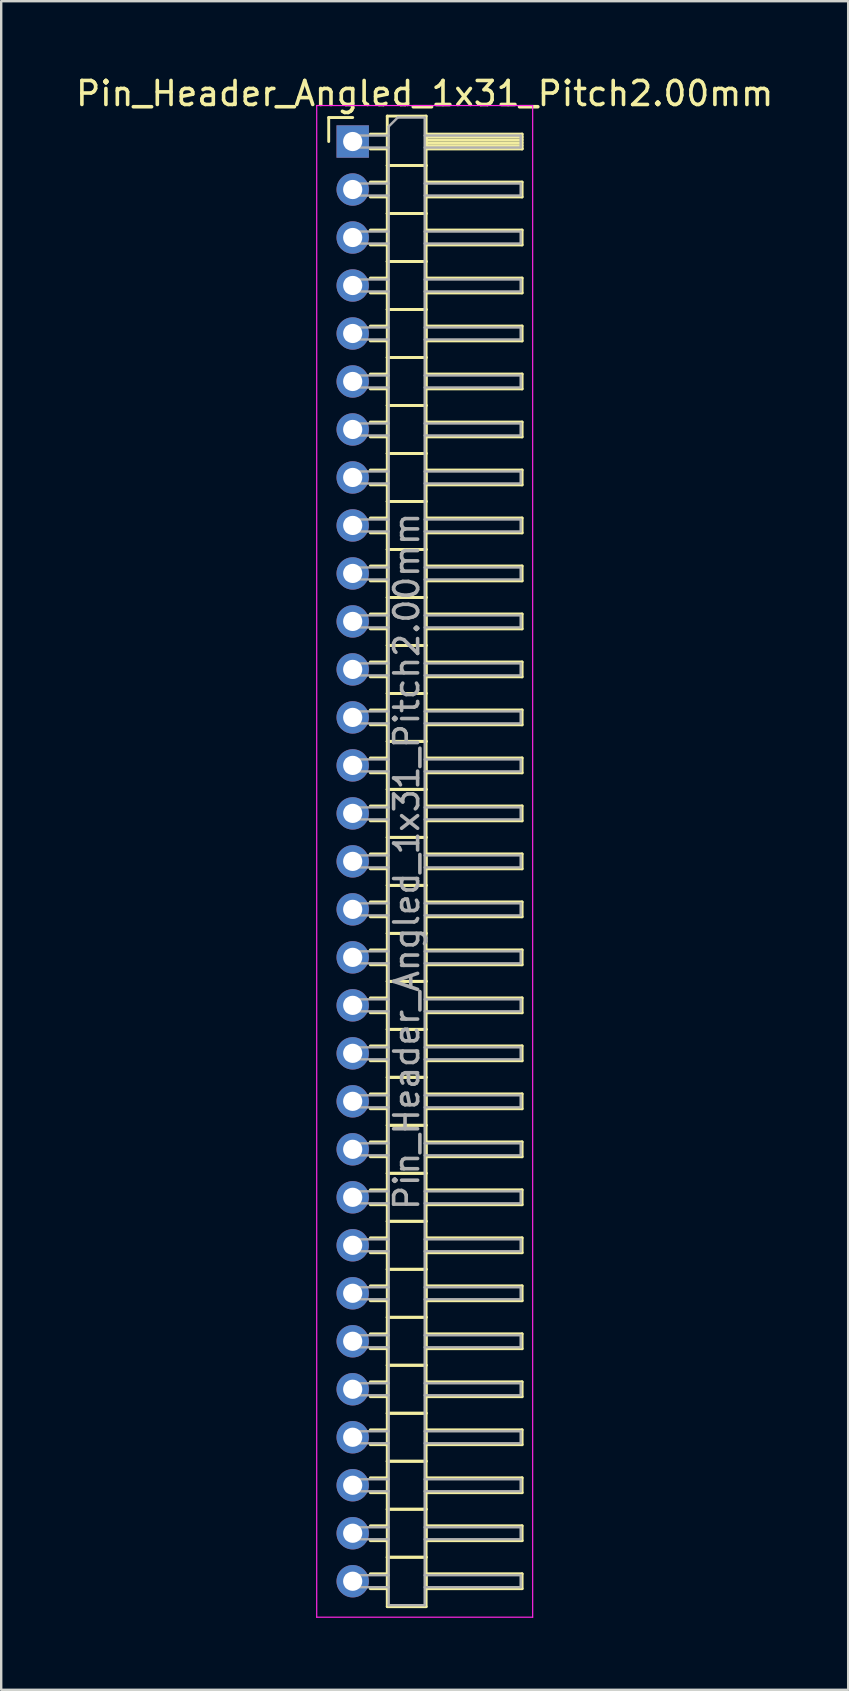
<source format=kicad_pcb>
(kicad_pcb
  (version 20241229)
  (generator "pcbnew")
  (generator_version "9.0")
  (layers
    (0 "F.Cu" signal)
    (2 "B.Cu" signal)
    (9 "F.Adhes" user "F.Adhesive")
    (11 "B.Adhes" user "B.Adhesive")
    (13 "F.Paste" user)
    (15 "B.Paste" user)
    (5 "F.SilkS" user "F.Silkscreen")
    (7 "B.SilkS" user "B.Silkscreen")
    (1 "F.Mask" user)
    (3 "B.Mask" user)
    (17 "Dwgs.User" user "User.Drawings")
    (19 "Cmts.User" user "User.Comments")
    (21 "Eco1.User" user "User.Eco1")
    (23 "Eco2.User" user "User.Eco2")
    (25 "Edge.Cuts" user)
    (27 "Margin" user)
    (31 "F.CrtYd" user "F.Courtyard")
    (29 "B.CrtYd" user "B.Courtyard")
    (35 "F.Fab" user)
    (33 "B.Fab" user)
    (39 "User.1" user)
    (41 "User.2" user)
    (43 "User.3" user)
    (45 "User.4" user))
  (footprint "Pin_Header_Angled_1x31_Pitch2.00mm"
    (layer "F.Cu")
    (at 11.649 2.848)
    (property "Reference" "Pin_Header_Angled_1x31_Pitch2.00mm" (at 3 -2 0) (layer "F.SilkS") (effects (font (size 1 1) (thickness 0.15))))
    (attr through_hole)
    (fp_line (start -1 -1) (end 0 -1) (stroke (width 0.12) (type solid)) (layer "F.SilkS"))
    (fp_line (start -1 0) (end -1 -1) (stroke (width 0.12) (type solid)) (layer "F.SilkS"))
    (fp_line (start 0.735 -0.31) (end 1.44 -0.31) (stroke (width 0.12) (type solid)) (layer "F.SilkS"))
    (fp_line (start 0.735 0.31) (end 1.44 0.31) (stroke (width 0.12) (type solid)) (layer "F.SilkS"))
    (fp_line (start 0.735 1.69) (end 1.44 1.69) (stroke (width 0.12) (type solid)) (layer "F.SilkS"))
    (fp_line (start 0.735 2.31) (end 1.44 2.31) (stroke (width 0.12) (type solid)) (layer "F.SilkS"))
    (fp_line (start 0.735 3.69) (end 1.44 3.69) (stroke (width 0.12) (type solid)) (layer "F.SilkS"))
    (fp_line (start 0.735 4.31) (end 1.44 4.31) (stroke (width 0.12) (type solid)) (layer "F.SilkS"))
    (fp_line (start 0.735 5.69) (end 1.44 5.69) (stroke (width 0.12) (type solid)) (layer "F.SilkS"))
    (fp_line (start 0.735 6.31) (end 1.44 6.31) (stroke (width 0.12) (type solid)) (layer "F.SilkS"))
    (fp_line (start 0.735 7.69) (end 1.44 7.69) (stroke (width 0.12) (type solid)) (layer "F.SilkS"))
    (fp_line (start 0.735 8.31) (end 1.44 8.31) (stroke (width 0.12) (type solid)) (layer "F.SilkS"))
    (fp_line (start 0.735 9.69) (end 1.44 9.69) (stroke (width 0.12) (type solid)) (layer "F.SilkS"))
    (fp_line (start 0.735 10.31) (end 1.44 10.31) (stroke (width 0.12) (type solid)) (layer "F.SilkS"))
    (fp_line (start 0.735 11.69) (end 1.44 11.69) (stroke (width 0.12) (type solid)) (layer "F.SilkS"))
    (fp_line (start 0.735 12.31) (end 1.44 12.31) (stroke (width 0.12) (type solid)) (layer "F.SilkS"))
    (fp_line (start 0.735 13.69) (end 1.44 13.69) (stroke (width 0.12) (type solid)) (layer "F.SilkS"))
    (fp_line (start 0.735 14.31) (end 1.44 14.31) (stroke (width 0.12) (type solid)) (layer "F.SilkS"))
    (fp_line (start 0.735 15.69) (end 1.44 15.69) (stroke (width 0.12) (type solid)) (layer "F.SilkS"))
    (fp_line (start 0.735 16.31) (end 1.44 16.31) (stroke (width 0.12) (type solid)) (layer "F.SilkS"))
    (fp_line (start 0.735 17.69) (end 1.44 17.69) (stroke (width 0.12) (type solid)) (layer "F.SilkS"))
    (fp_line (start 0.735 18.31) (end 1.44 18.31) (stroke (width 0.12) (type solid)) (layer "F.SilkS"))
    (fp_line (start 0.735 19.69) (end 1.44 19.69) (stroke (width 0.12) (type solid)) (layer "F.SilkS"))
    (fp_line (start 0.735 20.31) (end 1.44 20.31) (stroke (width 0.12) (type solid)) (layer "F.SilkS"))
    (fp_line (start 0.735 21.69) (end 1.44 21.69) (stroke (width 0.12) (type solid)) (layer "F.SilkS"))
    (fp_line (start 0.735 22.31) (end 1.44 22.31) (stroke (width 0.12) (type solid)) (layer "F.SilkS"))
    (fp_line (start 0.735 23.69) (end 1.44 23.69) (stroke (width 0.12) (type solid)) (layer "F.SilkS"))
    (fp_line (start 0.735 24.31) (end 1.44 24.31) (stroke (width 0.12) (type solid)) (layer "F.SilkS"))
    (fp_line (start 0.735 25.69) (end 1.44 25.69) (stroke (width 0.12) (type solid)) (layer "F.SilkS"))
    (fp_line (start 0.735 26.31) (end 1.44 26.31) (stroke (width 0.12) (type solid)) (layer "F.SilkS"))
    (fp_line (start 0.735 27.69) (end 1.44 27.69) (stroke (width 0.12) (type solid)) (layer "F.SilkS"))
    (fp_line (start 0.735 28.31) (end 1.44 28.31) (stroke (width 0.12) (type solid)) (layer "F.SilkS"))
    (fp_line (start 0.735 29.69) (end 1.44 29.69) (stroke (width 0.12) (type solid)) (layer "F.SilkS"))
    (fp_line (start 0.735 30.31) (end 1.44 30.31) (stroke (width 0.12) (type solid)) (layer "F.SilkS"))
    (fp_line (start 0.735 31.69) (end 1.44 31.69) (stroke (width 0.12) (type solid)) (layer "F.SilkS"))
    (fp_line (start 0.735 32.31) (end 1.44 32.31) (stroke (width 0.12) (type solid)) (layer "F.SilkS"))
    (fp_line (start 0.735 33.69) (end 1.44 33.69) (stroke (width 0.12) (type solid)) (layer "F.SilkS"))
    (fp_line (start 0.735 34.31) (end 1.44 34.31) (stroke (width 0.12) (type solid)) (layer "F.SilkS"))
    (fp_line (start 0.735 35.69) (end 1.44 35.69) (stroke (width 0.12) (type solid)) (layer "F.SilkS"))
    (fp_line (start 0.735 36.31) (end 1.44 36.31) (stroke (width 0.12) (type solid)) (layer "F.SilkS"))
    (fp_line (start 0.735 37.69) (end 1.44 37.69) (stroke (width 0.12) (type solid)) (layer "F.SilkS"))
    (fp_line (start 0.735 38.31) (end 1.44 38.31) (stroke (width 0.12) (type solid)) (layer "F.SilkS"))
    (fp_line (start 0.735 39.69) (end 1.44 39.69) (stroke (width 0.12) (type solid)) (layer "F.SilkS"))
    (fp_line (start 0.735 40.31) (end 1.44 40.31) (stroke (width 0.12) (type solid)) (layer "F.SilkS"))
    (fp_line (start 0.735 41.69) (end 1.44 41.69) (stroke (width 0.12) (type solid)) (layer "F.SilkS"))
    (fp_line (start 0.735 42.31) (end 1.44 42.31) (stroke (width 0.12) (type solid)) (layer "F.SilkS"))
    (fp_line (start 0.735 43.69) (end 1.44 43.69) (stroke (width 0.12) (type solid)) (layer "F.SilkS"))
    (fp_line (start 0.735 44.31) (end 1.44 44.31) (stroke (width 0.12) (type solid)) (layer "F.SilkS"))
    (fp_line (start 0.735 45.69) (end 1.44 45.69) (stroke (width 0.12) (type solid)) (layer "F.SilkS"))
    (fp_line (start 0.735 46.31) (end 1.44 46.31) (stroke (width 0.12) (type solid)) (layer "F.SilkS"))
    (fp_line (start 0.735 47.69) (end 1.44 47.69) (stroke (width 0.12) (type solid)) (layer "F.SilkS"))
    (fp_line (start 0.735 48.31) (end 1.44 48.31) (stroke (width 0.12) (type solid)) (layer "F.SilkS"))
    (fp_line (start 0.735 49.69) (end 1.44 49.69) (stroke (width 0.12) (type solid)) (layer "F.SilkS"))
    (fp_line (start 0.735 50.31) (end 1.44 50.31) (stroke (width 0.12) (type solid)) (layer "F.SilkS"))
    (fp_line (start 0.735 51.69) (end 1.44 51.69) (stroke (width 0.12) (type solid)) (layer "F.SilkS"))
    (fp_line (start 0.735 52.31) (end 1.44 52.31) (stroke (width 0.12) (type solid)) (layer "F.SilkS"))
    (fp_line (start 0.735 53.69) (end 1.44 53.69) (stroke (width 0.12) (type solid)) (layer "F.SilkS"))
    (fp_line (start 0.735 54.31) (end 1.44 54.31) (stroke (width 0.12) (type solid)) (layer "F.SilkS"))
    (fp_line (start 0.735 55.69) (end 1.44 55.69) (stroke (width 0.12) (type solid)) (layer "F.SilkS"))
    (fp_line (start 0.735 56.31) (end 1.44 56.31) (stroke (width 0.12) (type solid)) (layer "F.SilkS"))
    (fp_line (start 0.735 57.69) (end 1.44 57.69) (stroke (width 0.12) (type solid)) (layer "F.SilkS"))
    (fp_line (start 0.735 58.31) (end 1.44 58.31) (stroke (width 0.12) (type solid)) (layer "F.SilkS"))
    (fp_line (start 0.735 59.69) (end 1.44 59.69) (stroke (width 0.12) (type solid)) (layer "F.SilkS"))
    (fp_line (start 0.735 60.31) (end 1.44 60.31) (stroke (width 0.12) (type solid)) (layer "F.SilkS"))
    (fp_line (start 1.44 -1.06) (end 1.44 1) (stroke (width 0.12) (type solid)) (layer "F.SilkS"))
    (fp_line (start 1.44 1) (end 1.44 3) (stroke (width 0.12) (type solid)) (layer "F.SilkS"))
    (fp_line (start 1.44 1) (end 3.06 1) (stroke (width 0.12) (type solid)) (layer "F.SilkS"))
    (fp_line (start 1.44 3) (end 1.44 5) (stroke (width 0.12) (type solid)) (layer "F.SilkS"))
    (fp_line (start 1.44 3) (end 3.06 3) (stroke (width 0.12) (type solid)) (layer "F.SilkS"))
    (fp_line (start 1.44 5) (end 1.44 7) (stroke (width 0.12) (type solid)) (layer "F.SilkS"))
    (fp_line (start 1.44 5) (end 3.06 5) (stroke (width 0.12) (type solid)) (layer "F.SilkS"))
    (fp_line (start 1.44 7) (end 1.44 9) (stroke (width 0.12) (type solid)) (layer "F.SilkS"))
    (fp_line (start 1.44 7) (end 3.06 7) (stroke (width 0.12) (type solid)) (layer "F.SilkS"))
    (fp_line (start 1.44 9) (end 1.44 11) (stroke (width 0.12) (type solid)) (layer "F.SilkS"))
    (fp_line (start 1.44 9) (end 3.06 9) (stroke (width 0.12) (type solid)) (layer "F.SilkS"))
    (fp_line (start 1.44 11) (end 1.44 13) (stroke (width 0.12) (type solid)) (layer "F.SilkS"))
    (fp_line (start 1.44 11) (end 3.06 11) (stroke (width 0.12) (type solid)) (layer "F.SilkS"))
    (fp_line (start 1.44 13) (end 1.44 15) (stroke (width 0.12) (type solid)) (layer "F.SilkS"))
    (fp_line (start 1.44 13) (end 3.06 13) (stroke (width 0.12) (type solid)) (layer "F.SilkS"))
    (fp_line (start 1.44 15) (end 1.44 17) (stroke (width 0.12) (type solid)) (layer "F.SilkS"))
    (fp_line (start 1.44 15) (end 3.06 15) (stroke (width 0.12) (type solid)) (layer "F.SilkS"))
    (fp_line (start 1.44 17) (end 1.44 19) (stroke (width 0.12) (type solid)) (layer "F.SilkS"))
    (fp_line (start 1.44 17) (end 3.06 17) (stroke (width 0.12) (type solid)) (layer "F.SilkS"))
    (fp_line (start 1.44 19) (end 1.44 21) (stroke (width 0.12) (type solid)) (layer "F.SilkS"))
    (fp_line (start 1.44 19) (end 3.06 19) (stroke (width 0.12) (type solid)) (layer "F.SilkS"))
    (fp_line (start 1.44 21) (end 1.44 23) (stroke (width 0.12) (type solid)) (layer "F.SilkS"))
    (fp_line (start 1.44 21) (end 3.06 21) (stroke (width 0.12) (type solid)) (layer "F.SilkS"))
    (fp_line (start 1.44 23) (end 1.44 25) (stroke (width 0.12) (type solid)) (layer "F.SilkS"))
    (fp_line (start 1.44 23) (end 3.06 23) (stroke (width 0.12) (type solid)) (layer "F.SilkS"))
    (fp_line (start 1.44 25) (end 1.44 27) (stroke (width 0.12) (type solid)) (layer "F.SilkS"))
    (fp_line (start 1.44 25) (end 3.06 25) (stroke (width 0.12) (type solid)) (layer "F.SilkS"))
    (fp_line (start 1.44 27) (end 1.44 29) (stroke (width 0.12) (type solid)) (layer "F.SilkS"))
    (fp_line (start 1.44 27) (end 3.06 27) (stroke (width 0.12) (type solid)) (layer "F.SilkS"))
    (fp_line (start 1.44 29) (end 1.44 31) (stroke (width 0.12) (type solid)) (layer "F.SilkS"))
    (fp_line (start 1.44 29) (end 3.06 29) (stroke (width 0.12) (type solid)) (layer "F.SilkS"))
    (fp_line (start 1.44 31) (end 1.44 33) (stroke (width 0.12) (type solid)) (layer "F.SilkS"))
    (fp_line (start 1.44 31) (end 3.06 31) (stroke (width 0.12) (type solid)) (layer "F.SilkS"))
    (fp_line (start 1.44 33) (end 1.44 35) (stroke (width 0.12) (type solid)) (layer "F.SilkS"))
    (fp_line (start 1.44 33) (end 3.06 33) (stroke (width 0.12) (type solid)) (layer "F.SilkS"))
    (fp_line (start 1.44 35) (end 1.44 37) (stroke (width 0.12) (type solid)) (layer "F.SilkS"))
    (fp_line (start 1.44 35) (end 3.06 35) (stroke (width 0.12) (type solid)) (layer "F.SilkS"))
    (fp_line (start 1.44 37) (end 1.44 39) (stroke (width 0.12) (type solid)) (layer "F.SilkS"))
    (fp_line (start 1.44 37) (end 3.06 37) (stroke (width 0.12) (type solid)) (layer "F.SilkS"))
    (fp_line (start 1.44 39) (end 1.44 41) (stroke (width 0.12) (type solid)) (layer "F.SilkS"))
    (fp_line (start 1.44 39) (end 3.06 39) (stroke (width 0.12) (type solid)) (layer "F.SilkS"))
    (fp_line (start 1.44 41) (end 1.44 43) (stroke (width 0.12) (type solid)) (layer "F.SilkS"))
    (fp_line (start 1.44 41) (end 3.06 41) (stroke (width 0.12) (type solid)) (layer "F.SilkS"))
    (fp_line (start 1.44 43) (end 1.44 45) (stroke (width 0.12) (type solid)) (layer "F.SilkS"))
    (fp_line (start 1.44 43) (end 3.06 43) (stroke (width 0.12) (type solid)) (layer "F.SilkS"))
    (fp_line (start 1.44 45) (end 1.44 47) (stroke (width 0.12) (type solid)) (layer "F.SilkS"))
    (fp_line (start 1.44 45) (end 3.06 45) (stroke (width 0.12) (type solid)) (layer "F.SilkS"))
    (fp_line (start 1.44 47) (end 1.44 49) (stroke (width 0.12) (type solid)) (layer "F.SilkS"))
    (fp_line (start 1.44 47) (end 3.06 47) (stroke (width 0.12) (type solid)) (layer "F.SilkS"))
    (fp_line (start 1.44 49) (end 1.44 51) (stroke (width 0.12) (type solid)) (layer "F.SilkS"))
    (fp_line (start 1.44 49) (end 3.06 49) (stroke (width 0.12) (type solid)) (layer "F.SilkS"))
    (fp_line (start 1.44 51) (end 1.44 53) (stroke (width 0.12) (type solid)) (layer "F.SilkS"))
    (fp_line (start 1.44 51) (end 3.06 51) (stroke (width 0.12) (type solid)) (layer "F.SilkS"))
    (fp_line (start 1.44 53) (end 1.44 55) (stroke (width 0.12) (type solid)) (layer "F.SilkS"))
    (fp_line (start 1.44 53) (end 3.06 53) (stroke (width 0.12) (type solid)) (layer "F.SilkS"))
    (fp_line (start 1.44 55) (end 1.44 57) (stroke (width 0.12) (type solid)) (layer "F.SilkS"))
    (fp_line (start 1.44 55) (end 3.06 55) (stroke (width 0.12) (type solid)) (layer "F.SilkS"))
    (fp_line (start 1.44 57) (end 1.44 59) (stroke (width 0.12) (type solid)) (layer "F.SilkS"))
    (fp_line (start 1.44 57) (end 3.06 57) (stroke (width 0.12) (type solid)) (layer "F.SilkS"))
    (fp_line (start 1.44 59) (end 1.44 61.06) (stroke (width 0.12) (type solid)) (layer "F.SilkS"))
    (fp_line (start 1.44 59) (end 3.06 59) (stroke (width 0.12) (type solid)) (layer "F.SilkS"))
    (fp_line (start 1.44 61.06) (end 3.06 61.06) (stroke (width 0.12) (type solid)) (layer "F.SilkS"))
    (fp_line (start 3.06 -1.06) (end 1.44 -1.06) (stroke (width 0.12) (type solid)) (layer "F.SilkS"))
    (fp_line (start 3.06 -0.31) (end 3.06 0.31) (stroke (width 0.12) (type solid)) (layer "F.SilkS"))
    (fp_line (start 3.06 -0.19) (end 7.06 -0.19) (stroke (width 0.12) (type solid)) (layer "F.SilkS"))
    (fp_line (start 3.06 -0.07) (end 7.06 -0.07) (stroke (width 0.12) (type solid)) (layer "F.SilkS"))
    (fp_line (start 3.06 0.05) (end 7.06 0.05) (stroke (width 0.12) (type solid)) (layer "F.SilkS"))
    (fp_line (start 3.06 0.17) (end 7.06 0.17) (stroke (width 0.12) (type solid)) (layer "F.SilkS"))
    (fp_line (start 3.06 0.29) (end 7.06 0.29) (stroke (width 0.12) (type solid)) (layer "F.SilkS"))
    (fp_line (start 3.06 0.31) (end 7.06 0.31) (stroke (width 0.12) (type solid)) (layer "F.SilkS"))
    (fp_line (start 3.06 1) (end 1.44 1) (stroke (width 0.12) (type solid)) (layer "F.SilkS"))
    (fp_line (start 3.06 1) (end 3.06 -1.06) (stroke (width 0.12) (type solid)) (layer "F.SilkS"))
    (fp_line (start 3.06 1.69) (end 3.06 2.31) (stroke (width 0.12) (type solid)) (layer "F.SilkS"))
    (fp_line (start 3.06 2.31) (end 7.06 2.31) (stroke (width 0.12) (type solid)) (layer "F.SilkS"))
    (fp_line (start 3.06 3) (end 1.44 3) (stroke (width 0.12) (type solid)) (layer "F.SilkS"))
    (fp_line (start 3.06 3) (end 3.06 1) (stroke (width 0.12) (type solid)) (layer "F.SilkS"))
    (fp_line (start 3.06 3.69) (end 3.06 4.31) (stroke (width 0.12) (type solid)) (layer "F.SilkS"))
    (fp_line (start 3.06 4.31) (end 7.06 4.31) (stroke (width 0.12) (type solid)) (layer "F.SilkS"))
    (fp_line (start 3.06 5) (end 1.44 5) (stroke (width 0.12) (type solid)) (layer "F.SilkS"))
    (fp_line (start 3.06 5) (end 3.06 3) (stroke (width 0.12) (type solid)) (layer "F.SilkS"))
    (fp_line (start 3.06 5.69) (end 3.06 6.31) (stroke (width 0.12) (type solid)) (layer "F.SilkS"))
    (fp_line (start 3.06 6.31) (end 7.06 6.31) (stroke (width 0.12) (type solid)) (layer "F.SilkS"))
    (fp_line (start 3.06 7) (end 1.44 7) (stroke (width 0.12) (type solid)) (layer "F.SilkS"))
    (fp_line (start 3.06 7) (end 3.06 5) (stroke (width 0.12) (type solid)) (layer "F.SilkS"))
    (fp_line (start 3.06 7.69) (end 3.06 8.31) (stroke (width 0.12) (type solid)) (layer "F.SilkS"))
    (fp_line (start 3.06 8.31) (end 7.06 8.31) (stroke (width 0.12) (type solid)) (layer "F.SilkS"))
    (fp_line (start 3.06 9) (end 1.44 9) (stroke (width 0.12) (type solid)) (layer "F.SilkS"))
    (fp_line (start 3.06 9) (end 3.06 7) (stroke (width 0.12) (type solid)) (layer "F.SilkS"))
    (fp_line (start 3.06 9.69) (end 3.06 10.31) (stroke (width 0.12) (type solid)) (layer "F.SilkS"))
    (fp_line (start 3.06 10.31) (end 7.06 10.31) (stroke (width 0.12) (type solid)) (layer "F.SilkS"))
    (fp_line (start 3.06 11) (end 1.44 11) (stroke (width 0.12) (type solid)) (layer "F.SilkS"))
    (fp_line (start 3.06 11) (end 3.06 9) (stroke (width 0.12) (type solid)) (layer "F.SilkS"))
    (fp_line (start 3.06 11.69) (end 3.06 12.31) (stroke (width 0.12) (type solid)) (layer "F.SilkS"))
    (fp_line (start 3.06 12.31) (end 7.06 12.31) (stroke (width 0.12) (type solid)) (layer "F.SilkS"))
    (fp_line (start 3.06 13) (end 1.44 13) (stroke (width 0.12) (type solid)) (layer "F.SilkS"))
    (fp_line (start 3.06 13) (end 3.06 11) (stroke (width 0.12) (type solid)) (layer "F.SilkS"))
    (fp_line (start 3.06 13.69) (end 3.06 14.31) (stroke (width 0.12) (type solid)) (layer "F.SilkS"))
    (fp_line (start 3.06 14.31) (end 7.06 14.31) (stroke (width 0.12) (type solid)) (layer "F.SilkS"))
    (fp_line (start 3.06 15) (end 1.44 15) (stroke (width 0.12) (type solid)) (layer "F.SilkS"))
    (fp_line (start 3.06 15) (end 3.06 13) (stroke (width 0.12) (type solid)) (layer "F.SilkS"))
    (fp_line (start 3.06 15.69) (end 3.06 16.31) (stroke (width 0.12) (type solid)) (layer "F.SilkS"))
    (fp_line (start 3.06 16.31) (end 7.06 16.31) (stroke (width 0.12) (type solid)) (layer "F.SilkS"))
    (fp_line (start 3.06 17) (end 1.44 17) (stroke (width 0.12) (type solid)) (layer "F.SilkS"))
    (fp_line (start 3.06 17) (end 3.06 15) (stroke (width 0.12) (type solid)) (layer "F.SilkS"))
    (fp_line (start 3.06 17.69) (end 3.06 18.31) (stroke (width 0.12) (type solid)) (layer "F.SilkS"))
    (fp_line (start 3.06 18.31) (end 7.06 18.31) (stroke (width 0.12) (type solid)) (layer "F.SilkS"))
    (fp_line (start 3.06 19) (end 1.44 19) (stroke (width 0.12) (type solid)) (layer "F.SilkS"))
    (fp_line (start 3.06 19) (end 3.06 17) (stroke (width 0.12) (type solid)) (layer "F.SilkS"))
    (fp_line (start 3.06 19.69) (end 3.06 20.31) (stroke (width 0.12) (type solid)) (layer "F.SilkS"))
    (fp_line (start 3.06 20.31) (end 7.06 20.31) (stroke (width 0.12) (type solid)) (layer "F.SilkS"))
    (fp_line (start 3.06 21) (end 1.44 21) (stroke (width 0.12) (type solid)) (layer "F.SilkS"))
    (fp_line (start 3.06 21) (end 3.06 19) (stroke (width 0.12) (type solid)) (layer "F.SilkS"))
    (fp_line (start 3.06 21.69) (end 3.06 22.31) (stroke (width 0.12) (type solid)) (layer "F.SilkS"))
    (fp_line (start 3.06 22.31) (end 7.06 22.31) (stroke (width 0.12) (type solid)) (layer "F.SilkS"))
    (fp_line (start 3.06 23) (end 1.44 23) (stroke (width 0.12) (type solid)) (layer "F.SilkS"))
    (fp_line (start 3.06 23) (end 3.06 21) (stroke (width 0.12) (type solid)) (layer "F.SilkS"))
    (fp_line (start 3.06 23.69) (end 3.06 24.31) (stroke (width 0.12) (type solid)) (layer "F.SilkS"))
    (fp_line (start 3.06 24.31) (end 7.06 24.31) (stroke (width 0.12) (type solid)) (layer "F.SilkS"))
    (fp_line (start 3.06 25) (end 1.44 25) (stroke (width 0.12) (type solid)) (layer "F.SilkS"))
    (fp_line (start 3.06 25) (end 3.06 23) (stroke (width 0.12) (type solid)) (layer "F.SilkS"))
    (fp_line (start 3.06 25.69) (end 3.06 26.31) (stroke (width 0.12) (type solid)) (layer "F.SilkS"))
    (fp_line (start 3.06 26.31) (end 7.06 26.31) (stroke (width 0.12) (type solid)) (layer "F.SilkS"))
    (fp_line (start 3.06 27) (end 1.44 27) (stroke (width 0.12) (type solid)) (layer "F.SilkS"))
    (fp_line (start 3.06 27) (end 3.06 25) (stroke (width 0.12) (type solid)) (layer "F.SilkS"))
    (fp_line (start 3.06 27.69) (end 3.06 28.31) (stroke (width 0.12) (type solid)) (layer "F.SilkS"))
    (fp_line (start 3.06 28.31) (end 7.06 28.31) (stroke (width 0.12) (type solid)) (layer "F.SilkS"))
    (fp_line (start 3.06 29) (end 1.44 29) (stroke (width 0.12) (type solid)) (layer "F.SilkS"))
    (fp_line (start 3.06 29) (end 3.06 27) (stroke (width 0.12) (type solid)) (layer "F.SilkS"))
    (fp_line (start 3.06 29.69) (end 3.06 30.31) (stroke (width 0.12) (type solid)) (layer "F.SilkS"))
    (fp_line (start 3.06 30.31) (end 7.06 30.31) (stroke (width 0.12) (type solid)) (layer "F.SilkS"))
    (fp_line (start 3.06 31) (end 1.44 31) (stroke (width 0.12) (type solid)) (layer "F.SilkS"))
    (fp_line (start 3.06 31) (end 3.06 29) (stroke (width 0.12) (type solid)) (layer "F.SilkS"))
    (fp_line (start 3.06 31.69) (end 3.06 32.31) (stroke (width 0.12) (type solid)) (layer "F.SilkS"))
    (fp_line (start 3.06 32.31) (end 7.06 32.31) (stroke (width 0.12) (type solid)) (layer "F.SilkS"))
    (fp_line (start 3.06 33) (end 1.44 33) (stroke (width 0.12) (type solid)) (layer "F.SilkS"))
    (fp_line (start 3.06 33) (end 3.06 31) (stroke (width 0.12) (type solid)) (layer "F.SilkS"))
    (fp_line (start 3.06 33.69) (end 3.06 34.31) (stroke (width 0.12) (type solid)) (layer "F.SilkS"))
    (fp_line (start 3.06 34.31) (end 7.06 34.31) (stroke (width 0.12) (type solid)) (layer "F.SilkS"))
    (fp_line (start 3.06 35) (end 1.44 35) (stroke (width 0.12) (type solid)) (layer "F.SilkS"))
    (fp_line (start 3.06 35) (end 3.06 33) (stroke (width 0.12) (type solid)) (layer "F.SilkS"))
    (fp_line (start 3.06 35.69) (end 3.06 36.31) (stroke (width 0.12) (type solid)) (layer "F.SilkS"))
    (fp_line (start 3.06 36.31) (end 7.06 36.31) (stroke (width 0.12) (type solid)) (layer "F.SilkS"))
    (fp_line (start 3.06 37) (end 1.44 37) (stroke (width 0.12) (type solid)) (layer "F.SilkS"))
    (fp_line (start 3.06 37) (end 3.06 35) (stroke (width 0.12) (type solid)) (layer "F.SilkS"))
    (fp_line (start 3.06 37.69) (end 3.06 38.31) (stroke (width 0.12) (type solid)) (layer "F.SilkS"))
    (fp_line (start 3.06 38.31) (end 7.06 38.31) (stroke (width 0.12) (type solid)) (layer "F.SilkS"))
    (fp_line (start 3.06 39) (end 1.44 39) (stroke (width 0.12) (type solid)) (layer "F.SilkS"))
    (fp_line (start 3.06 39) (end 3.06 37) (stroke (width 0.12) (type solid)) (layer "F.SilkS"))
    (fp_line (start 3.06 39.69) (end 3.06 40.31) (stroke (width 0.12) (type solid)) (layer "F.SilkS"))
    (fp_line (start 3.06 40.31) (end 7.06 40.31) (stroke (width 0.12) (type solid)) (layer "F.SilkS"))
    (fp_line (start 3.06 41) (end 1.44 41) (stroke (width 0.12) (type solid)) (layer "F.SilkS"))
    (fp_line (start 3.06 41) (end 3.06 39) (stroke (width 0.12) (type solid)) (layer "F.SilkS"))
    (fp_line (start 3.06 41.69) (end 3.06 42.31) (stroke (width 0.12) (type solid)) (layer "F.SilkS"))
    (fp_line (start 3.06 42.31) (end 7.06 42.31) (stroke (width 0.12) (type solid)) (layer "F.SilkS"))
    (fp_line (start 3.06 43) (end 1.44 43) (stroke (width 0.12) (type solid)) (layer "F.SilkS"))
    (fp_line (start 3.06 43) (end 3.06 41) (stroke (width 0.12) (type solid)) (layer "F.SilkS"))
    (fp_line (start 3.06 43.69) (end 3.06 44.31) (stroke (width 0.12) (type solid)) (layer "F.SilkS"))
    (fp_line (start 3.06 44.31) (end 7.06 44.31) (stroke (width 0.12) (type solid)) (layer "F.SilkS"))
    (fp_line (start 3.06 45) (end 1.44 45) (stroke (width 0.12) (type solid)) (layer "F.SilkS"))
    (fp_line (start 3.06 45) (end 3.06 43) (stroke (width 0.12) (type solid)) (layer "F.SilkS"))
    (fp_line (start 3.06 45.69) (end 3.06 46.31) (stroke (width 0.12) (type solid)) (layer "F.SilkS"))
    (fp_line (start 3.06 46.31) (end 7.06 46.31) (stroke (width 0.12) (type solid)) (layer "F.SilkS"))
    (fp_line (start 3.06 47) (end 1.44 47) (stroke (width 0.12) (type solid)) (layer "F.SilkS"))
    (fp_line (start 3.06 47) (end 3.06 45) (stroke (width 0.12) (type solid)) (layer "F.SilkS"))
    (fp_line (start 3.06 47.69) (end 3.06 48.31) (stroke (width 0.12) (type solid)) (layer "F.SilkS"))
    (fp_line (start 3.06 48.31) (end 7.06 48.31) (stroke (width 0.12) (type solid)) (layer "F.SilkS"))
    (fp_line (start 3.06 49) (end 1.44 49) (stroke (width 0.12) (type solid)) (layer "F.SilkS"))
    (fp_line (start 3.06 49) (end 3.06 47) (stroke (width 0.12) (type solid)) (layer "F.SilkS"))
    (fp_line (start 3.06 49.69) (end 3.06 50.31) (stroke (width 0.12) (type solid)) (layer "F.SilkS"))
    (fp_line (start 3.06 50.31) (end 7.06 50.31) (stroke (width 0.12) (type solid)) (layer "F.SilkS"))
    (fp_line (start 3.06 51) (end 1.44 51) (stroke (width 0.12) (type solid)) (layer "F.SilkS"))
    (fp_line (start 3.06 51) (end 3.06 49) (stroke (width 0.12) (type solid)) (layer "F.SilkS"))
    (fp_line (start 3.06 51.69) (end 3.06 52.31) (stroke (width 0.12) (type solid)) (layer "F.SilkS"))
    (fp_line (start 3.06 52.31) (end 7.06 52.31) (stroke (width 0.12) (type solid)) (layer "F.SilkS"))
    (fp_line (start 3.06 53) (end 1.44 53) (stroke (width 0.12) (type solid)) (layer "F.SilkS"))
    (fp_line (start 3.06 53) (end 3.06 51) (stroke (width 0.12) (type solid)) (layer "F.SilkS"))
    (fp_line (start 3.06 53.69) (end 3.06 54.31) (stroke (width 0.12) (type solid)) (layer "F.SilkS"))
    (fp_line (start 3.06 54.31) (end 7.06 54.31) (stroke (width 0.12) (type solid)) (layer "F.SilkS"))
    (fp_line (start 3.06 55) (end 1.44 55) (stroke (width 0.12) (type solid)) (layer "F.SilkS"))
    (fp_line (start 3.06 55) (end 3.06 53) (stroke (width 0.12) (type solid)) (layer "F.SilkS"))
    (fp_line (start 3.06 55.69) (end 3.06 56.31) (stroke (width 0.12) (type solid)) (layer "F.SilkS"))
    (fp_line (start 3.06 56.31) (end 7.06 56.31) (stroke (width 0.12) (type solid)) (layer "F.SilkS"))
    (fp_line (start 3.06 57) (end 1.44 57) (stroke (width 0.12) (type solid)) (layer "F.SilkS"))
    (fp_line (start 3.06 57) (end 3.06 55) (stroke (width 0.12) (type solid)) (layer "F.SilkS"))
    (fp_line (start 3.06 57.69) (end 3.06 58.31) (stroke (width 0.12) (type solid)) (layer "F.SilkS"))
    (fp_line (start 3.06 58.31) (end 7.06 58.31) (stroke (width 0.12) (type solid)) (layer "F.SilkS"))
    (fp_line (start 3.06 59) (end 1.44 59) (stroke (width 0.12) (type solid)) (layer "F.SilkS"))
    (fp_line (start 3.06 59) (end 3.06 57) (stroke (width 0.12) (type solid)) (layer "F.SilkS"))
    (fp_line (start 3.06 59.69) (end 3.06 60.31) (stroke (width 0.12) (type solid)) (layer "F.SilkS"))
    (fp_line (start 3.06 60.31) (end 7.06 60.31) (stroke (width 0.12) (type solid)) (layer "F.SilkS"))
    (fp_line (start 3.06 61.06) (end 3.06 59) (stroke (width 0.12) (type solid)) (layer "F.SilkS"))
    (fp_line (start 7.06 -0.31) (end 3.06 -0.31) (stroke (width 0.12) (type solid)) (layer "F.SilkS"))
    (fp_line (start 7.06 0.31) (end 7.06 -0.31) (stroke (width 0.12) (type solid)) (layer "F.SilkS"))
    (fp_line (start 7.06 1.69) (end 3.06 1.69) (stroke (width 0.12) (type solid)) (layer "F.SilkS"))
    (fp_line (start 7.06 2.31) (end 7.06 1.69) (stroke (width 0.12) (type solid)) (layer "F.SilkS"))
    (fp_line (start 7.06 3.69) (end 3.06 3.69) (stroke (width 0.12) (type solid)) (layer "F.SilkS"))
    (fp_line (start 7.06 4.31) (end 7.06 3.69) (stroke (width 0.12) (type solid)) (layer "F.SilkS"))
    (fp_line (start 7.06 5.69) (end 3.06 5.69) (stroke (width 0.12) (type solid)) (layer "F.SilkS"))
    (fp_line (start 7.06 6.31) (end 7.06 5.69) (stroke (width 0.12) (type solid)) (layer "F.SilkS"))
    (fp_line (start 7.06 7.69) (end 3.06 7.69) (stroke (width 0.12) (type solid)) (layer "F.SilkS"))
    (fp_line (start 7.06 8.31) (end 7.06 7.69) (stroke (width 0.12) (type solid)) (layer "F.SilkS"))
    (fp_line (start 7.06 9.69) (end 3.06 9.69) (stroke (width 0.12) (type solid)) (layer "F.SilkS"))
    (fp_line (start 7.06 10.31) (end 7.06 9.69) (stroke (width 0.12) (type solid)) (layer "F.SilkS"))
    (fp_line (start 7.06 11.69) (end 3.06 11.69) (stroke (width 0.12) (type solid)) (layer "F.SilkS"))
    (fp_line (start 7.06 12.31) (end 7.06 11.69) (stroke (width 0.12) (type solid)) (layer "F.SilkS"))
    (fp_line (start 7.06 13.69) (end 3.06 13.69) (stroke (width 0.12) (type solid)) (layer "F.SilkS"))
    (fp_line (start 7.06 14.31) (end 7.06 13.69) (stroke (width 0.12) (type solid)) (layer "F.SilkS"))
    (fp_line (start 7.06 15.69) (end 3.06 15.69) (stroke (width 0.12) (type solid)) (layer "F.SilkS"))
    (fp_line (start 7.06 16.31) (end 7.06 15.69) (stroke (width 0.12) (type solid)) (layer "F.SilkS"))
    (fp_line (start 7.06 17.69) (end 3.06 17.69) (stroke (width 0.12) (type solid)) (layer "F.SilkS"))
    (fp_line (start 7.06 18.31) (end 7.06 17.69) (stroke (width 0.12) (type solid)) (layer "F.SilkS"))
    (fp_line (start 7.06 19.69) (end 3.06 19.69) (stroke (width 0.12) (type solid)) (layer "F.SilkS"))
    (fp_line (start 7.06 20.31) (end 7.06 19.69) (stroke (width 0.12) (type solid)) (layer "F.SilkS"))
    (fp_line (start 7.06 21.69) (end 3.06 21.69) (stroke (width 0.12) (type solid)) (layer "F.SilkS"))
    (fp_line (start 7.06 22.31) (end 7.06 21.69) (stroke (width 0.12) (type solid)) (layer "F.SilkS"))
    (fp_line (start 7.06 23.69) (end 3.06 23.69) (stroke (width 0.12) (type solid)) (layer "F.SilkS"))
    (fp_line (start 7.06 24.31) (end 7.06 23.69) (stroke (width 0.12) (type solid)) (layer "F.SilkS"))
    (fp_line (start 7.06 25.69) (end 3.06 25.69) (stroke (width 0.12) (type solid)) (layer "F.SilkS"))
    (fp_line (start 7.06 26.31) (end 7.06 25.69) (stroke (width 0.12) (type solid)) (layer "F.SilkS"))
    (fp_line (start 7.06 27.69) (end 3.06 27.69) (stroke (width 0.12) (type solid)) (layer "F.SilkS"))
    (fp_line (start 7.06 28.31) (end 7.06 27.69) (stroke (width 0.12) (type solid)) (layer "F.SilkS"))
    (fp_line (start 7.06 29.69) (end 3.06 29.69) (stroke (width 0.12) (type solid)) (layer "F.SilkS"))
    (fp_line (start 7.06 30.31) (end 7.06 29.69) (stroke (width 0.12) (type solid)) (layer "F.SilkS"))
    (fp_line (start 7.06 31.69) (end 3.06 31.69) (stroke (width 0.12) (type solid)) (layer "F.SilkS"))
    (fp_line (start 7.06 32.31) (end 7.06 31.69) (stroke (width 0.12) (type solid)) (layer "F.SilkS"))
    (fp_line (start 7.06 33.69) (end 3.06 33.69) (stroke (width 0.12) (type solid)) (layer "F.SilkS"))
    (fp_line (start 7.06 34.31) (end 7.06 33.69) (stroke (width 0.12) (type solid)) (layer "F.SilkS"))
    (fp_line (start 7.06 35.69) (end 3.06 35.69) (stroke (width 0.12) (type solid)) (layer "F.SilkS"))
    (fp_line (start 7.06 36.31) (end 7.06 35.69) (stroke (width 0.12) (type solid)) (layer "F.SilkS"))
    (fp_line (start 7.06 37.69) (end 3.06 37.69) (stroke (width 0.12) (type solid)) (layer "F.SilkS"))
    (fp_line (start 7.06 38.31) (end 7.06 37.69) (stroke (width 0.12) (type solid)) (layer "F.SilkS"))
    (fp_line (start 7.06 39.69) (end 3.06 39.69) (stroke (width 0.12) (type solid)) (layer "F.SilkS"))
    (fp_line (start 7.06 40.31) (end 7.06 39.69) (stroke (width 0.12) (type solid)) (layer "F.SilkS"))
    (fp_line (start 7.06 41.69) (end 3.06 41.69) (stroke (width 0.12) (type solid)) (layer "F.SilkS"))
    (fp_line (start 7.06 42.31) (end 7.06 41.69) (stroke (width 0.12) (type solid)) (layer "F.SilkS"))
    (fp_line (start 7.06 43.69) (end 3.06 43.69) (stroke (width 0.12) (type solid)) (layer "F.SilkS"))
    (fp_line (start 7.06 44.31) (end 7.06 43.69) (stroke (width 0.12) (type solid)) (layer "F.SilkS"))
    (fp_line (start 7.06 45.69) (end 3.06 45.69) (stroke (width 0.12) (type solid)) (layer "F.SilkS"))
    (fp_line (start 7.06 46.31) (end 7.06 45.69) (stroke (width 0.12) (type solid)) (layer "F.SilkS"))
    (fp_line (start 7.06 47.69) (end 3.06 47.69) (stroke (width 0.12) (type solid)) (layer "F.SilkS"))
    (fp_line (start 7.06 48.31) (end 7.06 47.69) (stroke (width 0.12) (type solid)) (layer "F.SilkS"))
    (fp_line (start 7.06 49.69) (end 3.06 49.69) (stroke (width 0.12) (type solid)) (layer "F.SilkS"))
    (fp_line (start 7.06 50.31) (end 7.06 49.69) (stroke (width 0.12) (type solid)) (layer "F.SilkS"))
    (fp_line (start 7.06 51.69) (end 3.06 51.69) (stroke (width 0.12) (type solid)) (layer "F.SilkS"))
    (fp_line (start 7.06 52.31) (end 7.06 51.69) (stroke (width 0.12) (type solid)) (layer "F.SilkS"))
    (fp_line (start 7.06 53.69) (end 3.06 53.69) (stroke (width 0.12) (type solid)) (layer "F.SilkS"))
    (fp_line (start 7.06 54.31) (end 7.06 53.69) (stroke (width 0.12) (type solid)) (layer "F.SilkS"))
    (fp_line (start 7.06 55.69) (end 3.06 55.69) (stroke (width 0.12) (type solid)) (layer "F.SilkS"))
    (fp_line (start 7.06 56.31) (end 7.06 55.69) (stroke (width 0.12) (type solid)) (layer "F.SilkS"))
    (fp_line (start 7.06 57.69) (end 3.06 57.69) (stroke (width 0.12) (type solid)) (layer "F.SilkS"))
    (fp_line (start 7.06 58.31) (end 7.06 57.69) (stroke (width 0.12) (type solid)) (layer "F.SilkS"))
    (fp_line (start 7.06 59.69) (end 3.06 59.69) (stroke (width 0.12) (type solid)) (layer "F.SilkS"))
    (fp_line (start 7.06 60.31) (end 7.06 59.69) (stroke (width 0.12) (type solid)) (layer "F.SilkS"))
    (fp_line (start -1.5 -1.5) (end -1.5 61.5) (stroke (width 0.05) (type solid)) (layer "F.CrtYd"))
    (fp_line (start -1.5 61.5) (end 7.5 61.5) (stroke (width 0.05) (type solid)) (layer "F.CrtYd"))
    (fp_line (start 7.5 -1.5) (end -1.5 -1.5) (stroke (width 0.05) (type solid)) (layer "F.CrtYd"))
    (fp_line (start 7.5 61.5) (end 7.5 -1.5) (stroke (width 0.05) (type solid)) (layer "F.CrtYd"))
    (fp_line (start -0.25 -0.25) (end -0.25 0.25) (stroke (width 0.1) (type solid)) (layer "F.Fab"))
    (fp_line (start -0.25 -0.25) (end 1.5 -0.25) (stroke (width 0.1) (type solid)) (layer "F.Fab"))
    (fp_line (start -0.25 0.25) (end 1.5 0.25) (stroke (width 0.1) (type solid)) (layer "F.Fab"))
    (fp_line (start -0.25 1.75) (end -0.25 2.25) (stroke (width 0.1) (type solid)) (layer "F.Fab"))
    (fp_line (start -0.25 1.75) (end 1.5 1.75) (stroke (width 0.1) (type solid)) (layer "F.Fab"))
    (fp_line (start -0.25 2.25) (end 1.5 2.25) (stroke (width 0.1) (type solid)) (layer "F.Fab"))
    (fp_line (start -0.25 3.75) (end -0.25 4.25) (stroke (width 0.1) (type solid)) (layer "F.Fab"))
    (fp_line (start -0.25 3.75) (end 1.5 3.75) (stroke (width 0.1) (type solid)) (layer "F.Fab"))
    (fp_line (start -0.25 4.25) (end 1.5 4.25) (stroke (width 0.1) (type solid)) (layer "F.Fab"))
    (fp_line (start -0.25 5.75) (end -0.25 6.25) (stroke (width 0.1) (type solid)) (layer "F.Fab"))
    (fp_line (start -0.25 5.75) (end 1.5 5.75) (stroke (width 0.1) (type solid)) (layer "F.Fab"))
    (fp_line (start -0.25 6.25) (end 1.5 6.25) (stroke (width 0.1) (type solid)) (layer "F.Fab"))
    (fp_line (start -0.25 7.75) (end -0.25 8.25) (stroke (width 0.1) (type solid)) (layer "F.Fab"))
    (fp_line (start -0.25 7.75) (end 1.5 7.75) (stroke (width 0.1) (type solid)) (layer "F.Fab"))
    (fp_line (start -0.25 8.25) (end 1.5 8.25) (stroke (width 0.1) (type solid)) (layer "F.Fab"))
    (fp_line (start -0.25 9.75) (end -0.25 10.25) (stroke (width 0.1) (type solid)) (layer "F.Fab"))
    (fp_line (start -0.25 9.75) (end 1.5 9.75) (stroke (width 0.1) (type solid)) (layer "F.Fab"))
    (fp_line (start -0.25 10.25) (end 1.5 10.25) (stroke (width 0.1) (type solid)) (layer "F.Fab"))
    (fp_line (start -0.25 11.75) (end -0.25 12.25) (stroke (width 0.1) (type solid)) (layer "F.Fab"))
    (fp_line (start -0.25 11.75) (end 1.5 11.75) (stroke (width 0.1) (type solid)) (layer "F.Fab"))
    (fp_line (start -0.25 12.25) (end 1.5 12.25) (stroke (width 0.1) (type solid)) (layer "F.Fab"))
    (fp_line (start -0.25 13.75) (end -0.25 14.25) (stroke (width 0.1) (type solid)) (layer "F.Fab"))
    (fp_line (start -0.25 13.75) (end 1.5 13.75) (stroke (width 0.1) (type solid)) (layer "F.Fab"))
    (fp_line (start -0.25 14.25) (end 1.5 14.25) (stroke (width 0.1) (type solid)) (layer "F.Fab"))
    (fp_line (start -0.25 15.75) (end -0.25 16.25) (stroke (width 0.1) (type solid)) (layer "F.Fab"))
    (fp_line (start -0.25 15.75) (end 1.5 15.75) (stroke (width 0.1) (type solid)) (layer "F.Fab"))
    (fp_line (start -0.25 16.25) (end 1.5 16.25) (stroke (width 0.1) (type solid)) (layer "F.Fab"))
    (fp_line (start -0.25 17.75) (end -0.25 18.25) (stroke (width 0.1) (type solid)) (layer "F.Fab"))
    (fp_line (start -0.25 17.75) (end 1.5 17.75) (stroke (width 0.1) (type solid)) (layer "F.Fab"))
    (fp_line (start -0.25 18.25) (end 1.5 18.25) (stroke (width 0.1) (type solid)) (layer "F.Fab"))
    (fp_line (start -0.25 19.75) (end -0.25 20.25) (stroke (width 0.1) (type solid)) (layer "F.Fab"))
    (fp_line (start -0.25 19.75) (end 1.5 19.75) (stroke (width 0.1) (type solid)) (layer "F.Fab"))
    (fp_line (start -0.25 20.25) (end 1.5 20.25) (stroke (width 0.1) (type solid)) (layer "F.Fab"))
    (fp_line (start -0.25 21.75) (end -0.25 22.25) (stroke (width 0.1) (type solid)) (layer "F.Fab"))
    (fp_line (start -0.25 21.75) (end 1.5 21.75) (stroke (width 0.1) (type solid)) (layer "F.Fab"))
    (fp_line (start -0.25 22.25) (end 1.5 22.25) (stroke (width 0.1) (type solid)) (layer "F.Fab"))
    (fp_line (start -0.25 23.75) (end -0.25 24.25) (stroke (width 0.1) (type solid)) (layer "F.Fab"))
    (fp_line (start -0.25 23.75) (end 1.5 23.75) (stroke (width 0.1) (type solid)) (layer "F.Fab"))
    (fp_line (start -0.25 24.25) (end 1.5 24.25) (stroke (width 0.1) (type solid)) (layer "F.Fab"))
    (fp_line (start -0.25 25.75) (end -0.25 26.25) (stroke (width 0.1) (type solid)) (layer "F.Fab"))
    (fp_line (start -0.25 25.75) (end 1.5 25.75) (stroke (width 0.1) (type solid)) (layer "F.Fab"))
    (fp_line (start -0.25 26.25) (end 1.5 26.25) (stroke (width 0.1) (type solid)) (layer "F.Fab"))
    (fp_line (start -0.25 27.75) (end -0.25 28.25) (stroke (width 0.1) (type solid)) (layer "F.Fab"))
    (fp_line (start -0.25 27.75) (end 1.5 27.75) (stroke (width 0.1) (type solid)) (layer "F.Fab"))
    (fp_line (start -0.25 28.25) (end 1.5 28.25) (stroke (width 0.1) (type solid)) (layer "F.Fab"))
    (fp_line (start -0.25 29.75) (end -0.25 30.25) (stroke (width 0.1) (type solid)) (layer "F.Fab"))
    (fp_line (start -0.25 29.75) (end 1.5 29.75) (stroke (width 0.1) (type solid)) (layer "F.Fab"))
    (fp_line (start -0.25 30.25) (end 1.5 30.25) (stroke (width 0.1) (type solid)) (layer "F.Fab"))
    (fp_line (start -0.25 31.75) (end -0.25 32.25) (stroke (width 0.1) (type solid)) (layer "F.Fab"))
    (fp_line (start -0.25 31.75) (end 1.5 31.75) (stroke (width 0.1) (type solid)) (layer "F.Fab"))
    (fp_line (start -0.25 32.25) (end 1.5 32.25) (stroke (width 0.1) (type solid)) (layer "F.Fab"))
    (fp_line (start -0.25 33.75) (end -0.25 34.25) (stroke (width 0.1) (type solid)) (layer "F.Fab"))
    (fp_line (start -0.25 33.75) (end 1.5 33.75) (stroke (width 0.1) (type solid)) (layer "F.Fab"))
    (fp_line (start -0.25 34.25) (end 1.5 34.25) (stroke (width 0.1) (type solid)) (layer "F.Fab"))
    (fp_line (start -0.25 35.75) (end -0.25 36.25) (stroke (width 0.1) (type solid)) (layer "F.Fab"))
    (fp_line (start -0.25 35.75) (end 1.5 35.75) (stroke (width 0.1) (type solid)) (layer "F.Fab"))
    (fp_line (start -0.25 36.25) (end 1.5 36.25) (stroke (width 0.1) (type solid)) (layer "F.Fab"))
    (fp_line (start -0.25 37.75) (end -0.25 38.25) (stroke (width 0.1) (type solid)) (layer "F.Fab"))
    (fp_line (start -0.25 37.75) (end 1.5 37.75) (stroke (width 0.1) (type solid)) (layer "F.Fab"))
    (fp_line (start -0.25 38.25) (end 1.5 38.25) (stroke (width 0.1) (type solid)) (layer "F.Fab"))
    (fp_line (start -0.25 39.75) (end -0.25 40.25) (stroke (width 0.1) (type solid)) (layer "F.Fab"))
    (fp_line (start -0.25 39.75) (end 1.5 39.75) (stroke (width 0.1) (type solid)) (layer "F.Fab"))
    (fp_line (start -0.25 40.25) (end 1.5 40.25) (stroke (width 0.1) (type solid)) (layer "F.Fab"))
    (fp_line (start -0.25 41.75) (end -0.25 42.25) (stroke (width 0.1) (type solid)) (layer "F.Fab"))
    (fp_line (start -0.25 41.75) (end 1.5 41.75) (stroke (width 0.1) (type solid)) (layer "F.Fab"))
    (fp_line (start -0.25 42.25) (end 1.5 42.25) (stroke (width 0.1) (type solid)) (layer "F.Fab"))
    (fp_line (start -0.25 43.75) (end -0.25 44.25) (stroke (width 0.1) (type solid)) (layer "F.Fab"))
    (fp_line (start -0.25 43.75) (end 1.5 43.75) (stroke (width 0.1) (type solid)) (layer "F.Fab"))
    (fp_line (start -0.25 44.25) (end 1.5 44.25) (stroke (width 0.1) (type solid)) (layer "F.Fab"))
    (fp_line (start -0.25 45.75) (end -0.25 46.25) (stroke (width 0.1) (type solid)) (layer "F.Fab"))
    (fp_line (start -0.25 45.75) (end 1.5 45.75) (stroke (width 0.1) (type solid)) (layer "F.Fab"))
    (fp_line (start -0.25 46.25) (end 1.5 46.25) (stroke (width 0.1) (type solid)) (layer "F.Fab"))
    (fp_line (start -0.25 47.75) (end -0.25 48.25) (stroke (width 0.1) (type solid)) (layer "F.Fab"))
    (fp_line (start -0.25 47.75) (end 1.5 47.75) (stroke (width 0.1) (type solid)) (layer "F.Fab"))
    (fp_line (start -0.25 48.25) (end 1.5 48.25) (stroke (width 0.1) (type solid)) (layer "F.Fab"))
    (fp_line (start -0.25 49.75) (end -0.25 50.25) (stroke (width 0.1) (type solid)) (layer "F.Fab"))
    (fp_line (start -0.25 49.75) (end 1.5 49.75) (stroke (width 0.1) (type solid)) (layer "F.Fab"))
    (fp_line (start -0.25 50.25) (end 1.5 50.25) (stroke (width 0.1) (type solid)) (layer "F.Fab"))
    (fp_line (start -0.25 51.75) (end -0.25 52.25) (stroke (width 0.1) (type solid)) (layer "F.Fab"))
    (fp_line (start -0.25 51.75) (end 1.5 51.75) (stroke (width 0.1) (type solid)) (layer "F.Fab"))
    (fp_line (start -0.25 52.25) (end 1.5 52.25) (stroke (width 0.1) (type solid)) (layer "F.Fab"))
    (fp_line (start -0.25 53.75) (end -0.25 54.25) (stroke (width 0.1) (type solid)) (layer "F.Fab"))
    (fp_line (start -0.25 53.75) (end 1.5 53.75) (stroke (width 0.1) (type solid)) (layer "F.Fab"))
    (fp_line (start -0.25 54.25) (end 1.5 54.25) (stroke (width 0.1) (type solid)) (layer "F.Fab"))
    (fp_line (start -0.25 55.75) (end -0.25 56.25) (stroke (width 0.1) (type solid)) (layer "F.Fab"))
    (fp_line (start -0.25 55.75) (end 1.5 55.75) (stroke (width 0.1) (type solid)) (layer "F.Fab"))
    (fp_line (start -0.25 56.25) (end 1.5 56.25) (stroke (width 0.1) (type solid)) (layer "F.Fab"))
    (fp_line (start -0.25 57.75) (end -0.25 58.25) (stroke (width 0.1) (type solid)) (layer "F.Fab"))
    (fp_line (start -0.25 57.75) (end 1.5 57.75) (stroke (width 0.1) (type solid)) (layer "F.Fab"))
    (fp_line (start -0.25 58.25) (end 1.5 58.25) (stroke (width 0.1) (type solid)) (layer "F.Fab"))
    (fp_line (start -0.25 59.75) (end -0.25 60.25) (stroke (width 0.1) (type solid)) (layer "F.Fab"))
    (fp_line (start -0.25 59.75) (end 1.5 59.75) (stroke (width 0.1) (type solid)) (layer "F.Fab"))
    (fp_line (start -0.25 60.25) (end 1.5 60.25) (stroke (width 0.1) (type solid)) (layer "F.Fab"))
    (fp_line (start 1.5 -0.625) (end 1.875 -1) (stroke (width 0.1) (type solid)) (layer "F.Fab"))
    (fp_line (start 1.5 61) (end 1.5 -0.625) (stroke (width 0.1) (type solid)) (layer "F.Fab"))
    (fp_line (start 1.875 -1) (end 3 -1) (stroke (width 0.1) (type solid)) (layer "F.Fab"))
    (fp_line (start 3 -1) (end 3 61) (stroke (width 0.1) (type solid)) (layer "F.Fab"))
    (fp_line (start 3 -0.25) (end 7 -0.25) (stroke (width 0.1) (type solid)) (layer "F.Fab"))
    (fp_line (start 3 0.25) (end 7 0.25) (stroke (width 0.1) (type solid)) (layer "F.Fab"))
    (fp_line (start 3 1.75) (end 7 1.75) (stroke (width 0.1) (type solid)) (layer "F.Fab"))
    (fp_line (start 3 2.25) (end 7 2.25) (stroke (width 0.1) (type solid)) (layer "F.Fab"))
    (fp_line (start 3 3.75) (end 7 3.75) (stroke (width 0.1) (type solid)) (layer "F.Fab"))
    (fp_line (start 3 4.25) (end 7 4.25) (stroke (width 0.1) (type solid)) (layer "F.Fab"))
    (fp_line (start 3 5.75) (end 7 5.75) (stroke (width 0.1) (type solid)) (layer "F.Fab"))
    (fp_line (start 3 6.25) (end 7 6.25) (stroke (width 0.1) (type solid)) (layer "F.Fab"))
    (fp_line (start 3 7.75) (end 7 7.75) (stroke (width 0.1) (type solid)) (layer "F.Fab"))
    (fp_line (start 3 8.25) (end 7 8.25) (stroke (width 0.1) (type solid)) (layer "F.Fab"))
    (fp_line (start 3 9.75) (end 7 9.75) (stroke (width 0.1) (type solid)) (layer "F.Fab"))
    (fp_line (start 3 10.25) (end 7 10.25) (stroke (width 0.1) (type solid)) (layer "F.Fab"))
    (fp_line (start 3 11.75) (end 7 11.75) (stroke (width 0.1) (type solid)) (layer "F.Fab"))
    (fp_line (start 3 12.25) (end 7 12.25) (stroke (width 0.1) (type solid)) (layer "F.Fab"))
    (fp_line (start 3 13.75) (end 7 13.75) (stroke (width 0.1) (type solid)) (layer "F.Fab"))
    (fp_line (start 3 14.25) (end 7 14.25) (stroke (width 0.1) (type solid)) (layer "F.Fab"))
    (fp_line (start 3 15.75) (end 7 15.75) (stroke (width 0.1) (type solid)) (layer "F.Fab"))
    (fp_line (start 3 16.25) (end 7 16.25) (stroke (width 0.1) (type solid)) (layer "F.Fab"))
    (fp_line (start 3 17.75) (end 7 17.75) (stroke (width 0.1) (type solid)) (layer "F.Fab"))
    (fp_line (start 3 18.25) (end 7 18.25) (stroke (width 0.1) (type solid)) (layer "F.Fab"))
    (fp_line (start 3 19.75) (end 7 19.75) (stroke (width 0.1) (type solid)) (layer "F.Fab"))
    (fp_line (start 3 20.25) (end 7 20.25) (stroke (width 0.1) (type solid)) (layer "F.Fab"))
    (fp_line (start 3 21.75) (end 7 21.75) (stroke (width 0.1) (type solid)) (layer "F.Fab"))
    (fp_line (start 3 22.25) (end 7 22.25) (stroke (width 0.1) (type solid)) (layer "F.Fab"))
    (fp_line (start 3 23.75) (end 7 23.75) (stroke (width 0.1) (type solid)) (layer "F.Fab"))
    (fp_line (start 3 24.25) (end 7 24.25) (stroke (width 0.1) (type solid)) (layer "F.Fab"))
    (fp_line (start 3 25.75) (end 7 25.75) (stroke (width 0.1) (type solid)) (layer "F.Fab"))
    (fp_line (start 3 26.25) (end 7 26.25) (stroke (width 0.1) (type solid)) (layer "F.Fab"))
    (fp_line (start 3 27.75) (end 7 27.75) (stroke (width 0.1) (type solid)) (layer "F.Fab"))
    (fp_line (start 3 28.25) (end 7 28.25) (stroke (width 0.1) (type solid)) (layer "F.Fab"))
    (fp_line (start 3 29.75) (end 7 29.75) (stroke (width 0.1) (type solid)) (layer "F.Fab"))
    (fp_line (start 3 30.25) (end 7 30.25) (stroke (width 0.1) (type solid)) (layer "F.Fab"))
    (fp_line (start 3 31.75) (end 7 31.75) (stroke (width 0.1) (type solid)) (layer "F.Fab"))
    (fp_line (start 3 32.25) (end 7 32.25) (stroke (width 0.1) (type solid)) (layer "F.Fab"))
    (fp_line (start 3 33.75) (end 7 33.75) (stroke (width 0.1) (type solid)) (layer "F.Fab"))
    (fp_line (start 3 34.25) (end 7 34.25) (stroke (width 0.1) (type solid)) (layer "F.Fab"))
    (fp_line (start 3 35.75) (end 7 35.75) (stroke (width 0.1) (type solid)) (layer "F.Fab"))
    (fp_line (start 3 36.25) (end 7 36.25) (stroke (width 0.1) (type solid)) (layer "F.Fab"))
    (fp_line (start 3 37.75) (end 7 37.75) (stroke (width 0.1) (type solid)) (layer "F.Fab"))
    (fp_line (start 3 38.25) (end 7 38.25) (stroke (width 0.1) (type solid)) (layer "F.Fab"))
    (fp_line (start 3 39.75) (end 7 39.75) (stroke (width 0.1) (type solid)) (layer "F.Fab"))
    (fp_line (start 3 40.25) (end 7 40.25) (stroke (width 0.1) (type solid)) (layer "F.Fab"))
    (fp_line (start 3 41.75) (end 7 41.75) (stroke (width 0.1) (type solid)) (layer "F.Fab"))
    (fp_line (start 3 42.25) (end 7 42.25) (stroke (width 0.1) (type solid)) (layer "F.Fab"))
    (fp_line (start 3 43.75) (end 7 43.75) (stroke (width 0.1) (type solid)) (layer "F.Fab"))
    (fp_line (start 3 44.25) (end 7 44.25) (stroke (width 0.1) (type solid)) (layer "F.Fab"))
    (fp_line (start 3 45.75) (end 7 45.75) (stroke (width 0.1) (type solid)) (layer "F.Fab"))
    (fp_line (start 3 46.25) (end 7 46.25) (stroke (width 0.1) (type solid)) (layer "F.Fab"))
    (fp_line (start 3 47.75) (end 7 47.75) (stroke (width 0.1) (type solid)) (layer "F.Fab"))
    (fp_line (start 3 48.25) (end 7 48.25) (stroke (width 0.1) (type solid)) (layer "F.Fab"))
    (fp_line (start 3 49.75) (end 7 49.75) (stroke (width 0.1) (type solid)) (layer "F.Fab"))
    (fp_line (start 3 50.25) (end 7 50.25) (stroke (width 0.1) (type solid)) (layer "F.Fab"))
    (fp_line (start 3 51.75) (end 7 51.75) (stroke (width 0.1) (type solid)) (layer "F.Fab"))
    (fp_line (start 3 52.25) (end 7 52.25) (stroke (width 0.1) (type solid)) (layer "F.Fab"))
    (fp_line (start 3 53.75) (end 7 53.75) (stroke (width 0.1) (type solid)) (layer "F.Fab"))
    (fp_line (start 3 54.25) (end 7 54.25) (stroke (width 0.1) (type solid)) (layer "F.Fab"))
    (fp_line (start 3 55.75) (end 7 55.75) (stroke (width 0.1) (type solid)) (layer "F.Fab"))
    (fp_line (start 3 56.25) (end 7 56.25) (stroke (width 0.1) (type solid)) (layer "F.Fab"))
    (fp_line (start 3 57.75) (end 7 57.75) (stroke (width 0.1) (type solid)) (layer "F.Fab"))
    (fp_line (start 3 58.25) (end 7 58.25) (stroke (width 0.1) (type solid)) (layer "F.Fab"))
    (fp_line (start 3 59.75) (end 7 59.75) (stroke (width 0.1) (type solid)) (layer "F.Fab"))
    (fp_line (start 3 60.25) (end 7 60.25) (stroke (width 0.1) (type solid)) (layer "F.Fab"))
    (fp_line (start 3 61) (end 1.5 61) (stroke (width 0.1) (type solid)) (layer "F.Fab"))
    (fp_line (start 7 -0.25) (end 7 0.25) (stroke (width 0.1) (type solid)) (layer "F.Fab"))
    (fp_line (start 7 1.75) (end 7 2.25) (stroke (width 0.1) (type solid)) (layer "F.Fab"))
    (fp_line (start 7 3.75) (end 7 4.25) (stroke (width 0.1) (type solid)) (layer "F.Fab"))
    (fp_line (start 7 5.75) (end 7 6.25) (stroke (width 0.1) (type solid)) (layer "F.Fab"))
    (fp_line (start 7 7.75) (end 7 8.25) (stroke (width 0.1) (type solid)) (layer "F.Fab"))
    (fp_line (start 7 9.75) (end 7 10.25) (stroke (width 0.1) (type solid)) (layer "F.Fab"))
    (fp_line (start 7 11.75) (end 7 12.25) (stroke (width 0.1) (type solid)) (layer "F.Fab"))
    (fp_line (start 7 13.75) (end 7 14.25) (stroke (width 0.1) (type solid)) (layer "F.Fab"))
    (fp_line (start 7 15.75) (end 7 16.25) (stroke (width 0.1) (type solid)) (layer "F.Fab"))
    (fp_line (start 7 17.75) (end 7 18.25) (stroke (width 0.1) (type solid)) (layer "F.Fab"))
    (fp_line (start 7 19.75) (end 7 20.25) (stroke (width 0.1) (type solid)) (layer "F.Fab"))
    (fp_line (start 7 21.75) (end 7 22.25) (stroke (width 0.1) (type solid)) (layer "F.Fab"))
    (fp_line (start 7 23.75) (end 7 24.25) (stroke (width 0.1) (type solid)) (layer "F.Fab"))
    (fp_line (start 7 25.75) (end 7 26.25) (stroke (width 0.1) (type solid)) (layer "F.Fab"))
    (fp_line (start 7 27.75) (end 7 28.25) (stroke (width 0.1) (type solid)) (layer "F.Fab"))
    (fp_line (start 7 29.75) (end 7 30.25) (stroke (width 0.1) (type solid)) (layer "F.Fab"))
    (fp_line (start 7 31.75) (end 7 32.25) (stroke (width 0.1) (type solid)) (layer "F.Fab"))
    (fp_line (start 7 33.75) (end 7 34.25) (stroke (width 0.1) (type solid)) (layer "F.Fab"))
    (fp_line (start 7 35.75) (end 7 36.25) (stroke (width 0.1) (type solid)) (layer "F.Fab"))
    (fp_line (start 7 37.75) (end 7 38.25) (stroke (width 0.1) (type solid)) (layer "F.Fab"))
    (fp_line (start 7 39.75) (end 7 40.25) (stroke (width 0.1) (type solid)) (layer "F.Fab"))
    (fp_line (start 7 41.75) (end 7 42.25) (stroke (width 0.1) (type solid)) (layer "F.Fab"))
    (fp_line (start 7 43.75) (end 7 44.25) (stroke (width 0.1) (type solid)) (layer "F.Fab"))
    (fp_line (start 7 45.75) (end 7 46.25) (stroke (width 0.1) (type solid)) (layer "F.Fab"))
    (fp_line (start 7 47.75) (end 7 48.25) (stroke (width 0.1) (type solid)) (layer "F.Fab"))
    (fp_line (start 7 49.75) (end 7 50.25) (stroke (width 0.1) (type solid)) (layer "F.Fab"))
    (fp_line (start 7 51.75) (end 7 52.25) (stroke (width 0.1) (type solid)) (layer "F.Fab"))
    (fp_line (start 7 53.75) (end 7 54.25) (stroke (width 0.1) (type solid)) (layer "F.Fab"))
    (fp_line (start 7 55.75) (end 7 56.25) (stroke (width 0.1) (type solid)) (layer "F.Fab"))
    (fp_line (start 7 57.75) (end 7 58.25) (stroke (width 0.1) (type solid)) (layer "F.Fab"))
    (fp_line (start 7 59.75) (end 7 60.25) (stroke (width 0.1) (type solid)) (layer "F.Fab"))
    (fp_text user "${REFERENCE}" (at 2.25 30 90) (layer "F.Fab") (effects (font (size 1 1) (thickness 0.15))))
    (pad "1" thru_hole rect (at 0 0) (size 1.35 1.35) (drill 0.8) (layers "*.Cu" "*.Mask"))
    (pad "2" thru_hole oval (at 0 2) (size 1.35 1.35) (drill 0.8) (layers "*.Cu" "*.Mask"))
    (pad "3" thru_hole oval (at 0 4) (size 1.35 1.35) (drill 0.8) (layers "*.Cu" "*.Mask"))
    (pad "4" thru_hole oval (at 0 6) (size 1.35 1.35) (drill 0.8) (layers "*.Cu" "*.Mask"))
    (pad "5" thru_hole oval (at 0 8) (size 1.35 1.35) (drill 0.8) (layers "*.Cu" "*.Mask"))
    (pad "6" thru_hole oval (at 0 10) (size 1.35 1.35) (drill 0.8) (layers "*.Cu" "*.Mask"))
    (pad "7" thru_hole oval (at 0 12) (size 1.35 1.35) (drill 0.8) (layers "*.Cu" "*.Mask"))
    (pad "8" thru_hole oval (at 0 14) (size 1.35 1.35) (drill 0.8) (layers "*.Cu" "*.Mask"))
    (pad "9" thru_hole oval (at 0 16) (size 1.35 1.35) (drill 0.8) (layers "*.Cu" "*.Mask"))
    (pad "10" thru_hole oval (at 0 18) (size 1.35 1.35) (drill 0.8) (layers "*.Cu" "*.Mask"))
    (pad "11" thru_hole oval (at 0 20) (size 1.35 1.35) (drill 0.8) (layers "*.Cu" "*.Mask"))
    (pad "12" thru_hole oval (at 0 22) (size 1.35 1.35) (drill 0.8) (layers "*.Cu" "*.Mask"))
    (pad "13" thru_hole oval (at 0 24) (size 1.35 1.35) (drill 0.8) (layers "*.Cu" "*.Mask"))
    (pad "14" thru_hole oval (at 0 26) (size 1.35 1.35) (drill 0.8) (layers "*.Cu" "*.Mask"))
    (pad "15" thru_hole oval (at 0 28) (size 1.35 1.35) (drill 0.8) (layers "*.Cu" "*.Mask"))
    (pad "16" thru_hole oval (at 0 30) (size 1.35 1.35) (drill 0.8) (layers "*.Cu" "*.Mask"))
    (pad "17" thru_hole oval (at 0 32) (size 1.35 1.35) (drill 0.8) (layers "*.Cu" "*.Mask"))
    (pad "18" thru_hole oval (at 0 34) (size 1.35 1.35) (drill 0.8) (layers "*.Cu" "*.Mask"))
    (pad "19" thru_hole oval (at 0 36) (size 1.35 1.35) (drill 0.8) (layers "*.Cu" "*.Mask"))
    (pad "20" thru_hole oval (at 0 38) (size 1.35 1.35) (drill 0.8) (layers "*.Cu" "*.Mask"))
    (pad "21" thru_hole oval (at 0 40) (size 1.35 1.35) (drill 0.8) (layers "*.Cu" "*.Mask"))
    (pad "22" thru_hole oval (at 0 42) (size 1.35 1.35) (drill 0.8) (layers "*.Cu" "*.Mask"))
    (pad "23" thru_hole oval (at 0 44) (size 1.35 1.35) (drill 0.8) (layers "*.Cu" "*.Mask"))
    (pad "24" thru_hole oval (at 0 46) (size 1.35 1.35) (drill 0.8) (layers "*.Cu" "*.Mask"))
    (pad "25" thru_hole oval (at 0 48) (size 1.35 1.35) (drill 0.8) (layers "*.Cu" "*.Mask"))
    (pad "26" thru_hole oval (at 0 50) (size 1.35 1.35) (drill 0.8) (layers "*.Cu" "*.Mask"))
    (pad "27" thru_hole oval (at 0 52) (size 1.35 1.35) (drill 0.8) (layers "*.Cu" "*.Mask"))
    (pad "28" thru_hole oval (at 0 54) (size 1.35 1.35) (drill 0.8) (layers "*.Cu" "*.Mask"))
    (pad "29" thru_hole oval (at 0 56) (size 1.35 1.35) (drill 0.8) (layers "*.Cu" "*.Mask"))
    (pad "30" thru_hole oval (at 0 58) (size 1.35 1.35) (drill 0.8) (layers "*.Cu" "*.Mask"))
    (pad "31" thru_hole oval (at 0 60) (size 1.35 1.35) (drill 0.8) (layers "*.Cu" "*.Mask")))
  (gr_rect
    (start -3 -3)
    (end 32.298 67.373)
    (stroke (width 0.1) (type default))
    (fill no)
    (layer "Edge.Cuts")))
</source>
